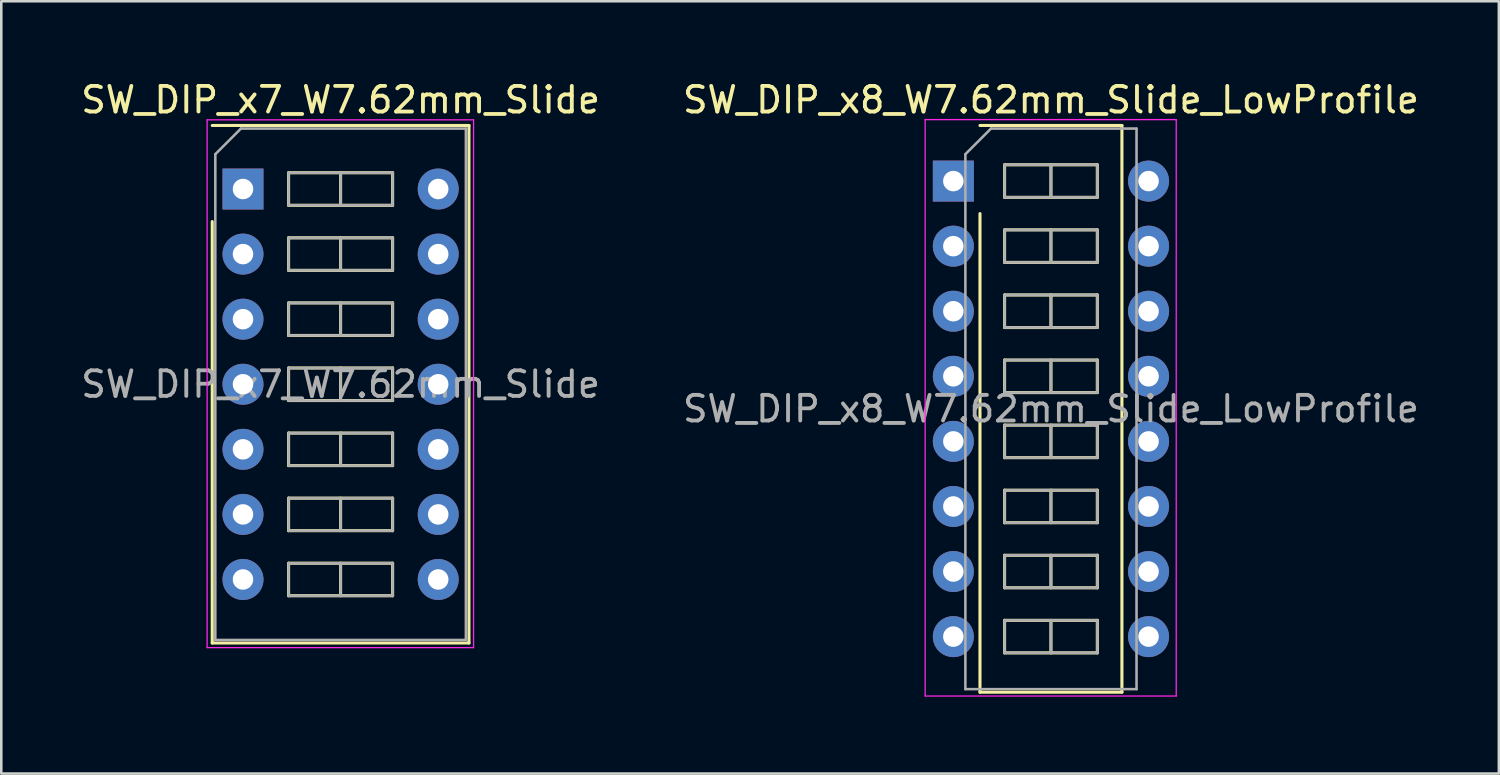
<source format=kicad_pcb>
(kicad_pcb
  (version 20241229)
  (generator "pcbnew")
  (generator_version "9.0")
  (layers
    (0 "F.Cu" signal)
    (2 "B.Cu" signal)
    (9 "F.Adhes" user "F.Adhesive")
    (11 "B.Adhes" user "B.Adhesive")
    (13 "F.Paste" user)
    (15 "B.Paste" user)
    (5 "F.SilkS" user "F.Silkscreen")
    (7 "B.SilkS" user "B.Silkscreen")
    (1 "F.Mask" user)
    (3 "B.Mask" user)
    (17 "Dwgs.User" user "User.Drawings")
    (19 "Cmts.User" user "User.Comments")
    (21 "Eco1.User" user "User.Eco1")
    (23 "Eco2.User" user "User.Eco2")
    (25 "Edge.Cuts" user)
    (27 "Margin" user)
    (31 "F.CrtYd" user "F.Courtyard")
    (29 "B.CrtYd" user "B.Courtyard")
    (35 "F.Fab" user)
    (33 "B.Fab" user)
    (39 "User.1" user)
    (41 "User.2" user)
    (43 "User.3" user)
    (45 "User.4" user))
  (footprint "SW_DIP_x7_W7.62mm_Slide"
    (layer "F.Cu")
    (at 6.434 4.328)
    (property "Reference" "SW_DIP_x7_W7.62mm_Slide" (at 3.81 -3.48 0) (layer "F.SilkS") (effects (font (size 1 1) (thickness 0.15))))
    (attr through_hole)
    (fp_line (start -1.2 -2.48) (end 8.82 -2.48) (stroke (width 0.12) (type solid)) (layer "F.SilkS"))
    (fp_line (start -1.2 17.72) (end -1.2 1.27) (stroke (width 0.12) (type solid)) (layer "F.SilkS"))
    (fp_line (start 1.78 -0.635) (end 1.78 0.635) (stroke (width 0.12) (type solid)) (layer "F.SilkS"))
    (fp_line (start 1.78 0.635) (end 5.84 0.635) (stroke (width 0.12) (type solid)) (layer "F.SilkS"))
    (fp_line (start 1.78 1.905) (end 1.78 3.175) (stroke (width 0.12) (type solid)) (layer "F.SilkS"))
    (fp_line (start 1.78 3.175) (end 5.84 3.175) (stroke (width 0.12) (type solid)) (layer "F.SilkS"))
    (fp_line (start 1.78 4.445) (end 1.78 5.715) (stroke (width 0.12) (type solid)) (layer "F.SilkS"))
    (fp_line (start 1.78 5.715) (end 5.84 5.715) (stroke (width 0.12) (type solid)) (layer "F.SilkS"))
    (fp_line (start 1.78 6.985) (end 1.78 8.255) (stroke (width 0.12) (type solid)) (layer "F.SilkS"))
    (fp_line (start 1.78 8.255) (end 5.84 8.255) (stroke (width 0.12) (type solid)) (layer "F.SilkS"))
    (fp_line (start 1.78 9.525) (end 1.78 10.795) (stroke (width 0.12) (type solid)) (layer "F.SilkS"))
    (fp_line (start 1.78 10.795) (end 5.84 10.795) (stroke (width 0.12) (type solid)) (layer "F.SilkS"))
    (fp_line (start 1.78 12.065) (end 1.78 13.335) (stroke (width 0.12) (type solid)) (layer "F.SilkS"))
    (fp_line (start 1.78 13.335) (end 5.84 13.335) (stroke (width 0.12) (type solid)) (layer "F.SilkS"))
    (fp_line (start 1.78 14.605) (end 1.78 15.875) (stroke (width 0.12) (type solid)) (layer "F.SilkS"))
    (fp_line (start 1.78 15.875) (end 5.84 15.875) (stroke (width 0.12) (type solid)) (layer "F.SilkS"))
    (fp_line (start 3.81 -0.635) (end 3.81 0.635) (stroke (width 0.12) (type solid)) (layer "F.SilkS"))
    (fp_line (start 3.81 1.905) (end 3.81 3.175) (stroke (width 0.12) (type solid)) (layer "F.SilkS"))
    (fp_line (start 3.81 4.445) (end 3.81 5.715) (stroke (width 0.12) (type solid)) (layer "F.SilkS"))
    (fp_line (start 3.81 6.985) (end 3.81 8.255) (stroke (width 0.12) (type solid)) (layer "F.SilkS"))
    (fp_line (start 3.81 9.525) (end 3.81 10.795) (stroke (width 0.12) (type solid)) (layer "F.SilkS"))
    (fp_line (start 3.81 12.065) (end 3.81 13.335) (stroke (width 0.12) (type solid)) (layer "F.SilkS"))
    (fp_line (start 3.81 14.605) (end 3.81 15.875) (stroke (width 0.12) (type solid)) (layer "F.SilkS"))
    (fp_line (start 5.84 -0.635) (end 1.78 -0.635) (stroke (width 0.12) (type solid)) (layer "F.SilkS"))
    (fp_line (start 5.84 0.635) (end 5.84 -0.635) (stroke (width 0.12) (type solid)) (layer "F.SilkS"))
    (fp_line (start 5.84 1.905) (end 1.78 1.905) (stroke (width 0.12) (type solid)) (layer "F.SilkS"))
    (fp_line (start 5.84 3.175) (end 5.84 1.905) (stroke (width 0.12) (type solid)) (layer "F.SilkS"))
    (fp_line (start 5.84 4.445) (end 1.78 4.445) (stroke (width 0.12) (type solid)) (layer "F.SilkS"))
    (fp_line (start 5.84 5.715) (end 5.84 4.445) (stroke (width 0.12) (type solid)) (layer "F.SilkS"))
    (fp_line (start 5.84 6.985) (end 1.78 6.985) (stroke (width 0.12) (type solid)) (layer "F.SilkS"))
    (fp_line (start 5.84 8.255) (end 5.84 6.985) (stroke (width 0.12) (type solid)) (layer "F.SilkS"))
    (fp_line (start 5.84 9.525) (end 1.78 9.525) (stroke (width 0.12) (type solid)) (layer "F.SilkS"))
    (fp_line (start 5.84 10.795) (end 5.84 9.525) (stroke (width 0.12) (type solid)) (layer "F.SilkS"))
    (fp_line (start 5.84 12.065) (end 1.78 12.065) (stroke (width 0.12) (type solid)) (layer "F.SilkS"))
    (fp_line (start 5.84 13.335) (end 5.84 12.065) (stroke (width 0.12) (type solid)) (layer "F.SilkS"))
    (fp_line (start 5.84 14.605) (end 1.78 14.605) (stroke (width 0.12) (type solid)) (layer "F.SilkS"))
    (fp_line (start 5.84 15.875) (end 5.84 14.605) (stroke (width 0.12) (type solid)) (layer "F.SilkS"))
    (fp_line (start 8.82 -2.48) (end 8.82 17.72) (stroke (width 0.12) (type solid)) (layer "F.SilkS"))
    (fp_line (start 8.82 17.72) (end -1.2 17.72) (stroke (width 0.12) (type solid)) (layer "F.SilkS"))
    (fp_line (start -1.4 -2.7) (end -1.4 17.9) (stroke (width 0.05) (type solid)) (layer "F.CrtYd"))
    (fp_line (start -1.4 17.9) (end 9 17.9) (stroke (width 0.05) (type solid)) (layer "F.CrtYd"))
    (fp_line (start 9 -2.7) (end -1.4 -2.7) (stroke (width 0.05) (type solid)) (layer "F.CrtYd"))
    (fp_line (start 9 17.9) (end 9 -2.7) (stroke (width 0.05) (type solid)) (layer "F.CrtYd"))
    (fp_line (start -1.08 -1.36) (end -0.08 -2.36) (stroke (width 0.1) (type solid)) (layer "F.Fab"))
    (fp_line (start -1.08 17.6) (end -1.08 -1.36) (stroke (width 0.1) (type solid)) (layer "F.Fab"))
    (fp_line (start -0.08 -2.36) (end 8.7 -2.36) (stroke (width 0.1) (type solid)) (layer "F.Fab"))
    (fp_line (start 1.78 -0.635) (end 1.78 0.635) (stroke (width 0.1) (type solid)) (layer "F.Fab"))
    (fp_line (start 1.78 0.635) (end 5.84 0.635) (stroke (width 0.1) (type solid)) (layer "F.Fab"))
    (fp_line (start 1.78 1.905) (end 1.78 3.175) (stroke (width 0.1) (type solid)) (layer "F.Fab"))
    (fp_line (start 1.78 3.175) (end 5.84 3.175) (stroke (width 0.1) (type solid)) (layer "F.Fab"))
    (fp_line (start 1.78 4.445) (end 1.78 5.715) (stroke (width 0.1) (type solid)) (layer "F.Fab"))
    (fp_line (start 1.78 5.715) (end 5.84 5.715) (stroke (width 0.1) (type solid)) (layer "F.Fab"))
    (fp_line (start 1.78 6.985) (end 1.78 8.255) (stroke (width 0.1) (type solid)) (layer "F.Fab"))
    (fp_line (start 1.78 8.255) (end 5.84 8.255) (stroke (width 0.1) (type solid)) (layer "F.Fab"))
    (fp_line (start 1.78 9.525) (end 1.78 10.795) (stroke (width 0.1) (type solid)) (layer "F.Fab"))
    (fp_line (start 1.78 10.795) (end 5.84 10.795) (stroke (width 0.1) (type solid)) (layer "F.Fab"))
    (fp_line (start 1.78 12.065) (end 1.78 13.335) (stroke (width 0.1) (type solid)) (layer "F.Fab"))
    (fp_line (start 1.78 13.335) (end 5.84 13.335) (stroke (width 0.1) (type solid)) (layer "F.Fab"))
    (fp_line (start 1.78 14.605) (end 1.78 15.875) (stroke (width 0.1) (type solid)) (layer "F.Fab"))
    (fp_line (start 1.78 15.875) (end 5.84 15.875) (stroke (width 0.1) (type solid)) (layer "F.Fab"))
    (fp_line (start 3.81 -0.635) (end 3.81 0.635) (stroke (width 0.1) (type solid)) (layer "F.Fab"))
    (fp_line (start 3.81 1.905) (end 3.81 3.175) (stroke (width 0.1) (type solid)) (layer "F.Fab"))
    (fp_line (start 3.81 4.445) (end 3.81 5.715) (stroke (width 0.1) (type solid)) (layer "F.Fab"))
    (fp_line (start 3.81 6.985) (end 3.81 8.255) (stroke (width 0.1) (type solid)) (layer "F.Fab"))
    (fp_line (start 3.81 9.525) (end 3.81 10.795) (stroke (width 0.1) (type solid)) (layer "F.Fab"))
    (fp_line (start 3.81 12.065) (end 3.81 13.335) (stroke (width 0.1) (type solid)) (layer "F.Fab"))
    (fp_line (start 3.81 14.605) (end 3.81 15.875) (stroke (width 0.1) (type solid)) (layer "F.Fab"))
    (fp_line (start 5.84 -0.635) (end 1.78 -0.635) (stroke (width 0.1) (type solid)) (layer "F.Fab"))
    (fp_line (start 5.84 0.635) (end 5.84 -0.635) (stroke (width 0.1) (type solid)) (layer "F.Fab"))
    (fp_line (start 5.84 1.905) (end 1.78 1.905) (stroke (width 0.1) (type solid)) (layer "F.Fab"))
    (fp_line (start 5.84 3.175) (end 5.84 1.905) (stroke (width 0.1) (type solid)) (layer "F.Fab"))
    (fp_line (start 5.84 4.445) (end 1.78 4.445) (stroke (width 0.1) (type solid)) (layer "F.Fab"))
    (fp_line (start 5.84 5.715) (end 5.84 4.445) (stroke (width 0.1) (type solid)) (layer "F.Fab"))
    (fp_line (start 5.84 6.985) (end 1.78 6.985) (stroke (width 0.1) (type solid)) (layer "F.Fab"))
    (fp_line (start 5.84 8.255) (end 5.84 6.985) (stroke (width 0.1) (type solid)) (layer "F.Fab"))
    (fp_line (start 5.84 9.525) (end 1.78 9.525) (stroke (width 0.1) (type solid)) (layer "F.Fab"))
    (fp_line (start 5.84 10.795) (end 5.84 9.525) (stroke (width 0.1) (type solid)) (layer "F.Fab"))
    (fp_line (start 5.84 12.065) (end 1.78 12.065) (stroke (width 0.1) (type solid)) (layer "F.Fab"))
    (fp_line (start 5.84 13.335) (end 5.84 12.065) (stroke (width 0.1) (type solid)) (layer "F.Fab"))
    (fp_line (start 5.84 14.605) (end 1.78 14.605) (stroke (width 0.1) (type solid)) (layer "F.Fab"))
    (fp_line (start 5.84 15.875) (end 5.84 14.605) (stroke (width 0.1) (type solid)) (layer "F.Fab"))
    (fp_line (start 8.7 -2.36) (end 8.7 17.6) (stroke (width 0.1) (type solid)) (layer "F.Fab"))
    (fp_line (start 8.7 17.6) (end -1.08 17.6) (stroke (width 0.1) (type solid)) (layer "F.Fab"))
    (fp_text user "${REFERENCE}" (at 3.81 7.62 0) (layer "F.Fab") (effects (font (size 1 1) (thickness 0.15))))
    (pad "1" thru_hole rect (at 0 0) (size 1.6 1.6) (drill 0.8) (layers "*.Cu" "*.Mask"))
    (pad "2" thru_hole oval (at 0 2.54) (size 1.6 1.6) (drill 0.8) (layers "*.Cu" "*.Mask"))
    (pad "3" thru_hole oval (at 0 5.08) (size 1.6 1.6) (drill 0.8) (layers "*.Cu" "*.Mask"))
    (pad "4" thru_hole oval (at 0 7.62) (size 1.6 1.6) (drill 0.8) (layers "*.Cu" "*.Mask"))
    (pad "5" thru_hole oval (at 0 10.16) (size 1.6 1.6) (drill 0.8) (layers "*.Cu" "*.Mask"))
    (pad "6" thru_hole oval (at 0 12.7) (size 1.6 1.6) (drill 0.8) (layers "*.Cu" "*.Mask"))
    (pad "7" thru_hole oval (at 0 15.24) (size 1.6 1.6) (drill 0.8) (layers "*.Cu" "*.Mask"))
    (pad "8" thru_hole oval (at 7.62 15.24) (size 1.6 1.6) (drill 0.8) (layers "*.Cu" "*.Mask"))
    (pad "9" thru_hole oval (at 7.62 12.7) (size 1.6 1.6) (drill 0.8) (layers "*.Cu" "*.Mask"))
    (pad "10" thru_hole oval (at 7.62 10.16) (size 1.6 1.6) (drill 0.8) (layers "*.Cu" "*.Mask"))
    (pad "11" thru_hole oval (at 7.62 7.62) (size 1.6 1.6) (drill 0.8) (layers "*.Cu" "*.Mask"))
    (pad "12" thru_hole oval (at 7.62 5.08) (size 1.6 1.6) (drill 0.8) (layers "*.Cu" "*.Mask"))
    (pad "13" thru_hole oval (at 7.62 2.54) (size 1.6 1.6) (drill 0.8) (layers "*.Cu" "*.Mask"))
    (pad "14" thru_hole oval (at 7.62 0) (size 1.6 1.6) (drill 0.8) (layers "*.Cu" "*.Mask")))
  (footprint "SW_DIP_x8_W7.62mm_Slide_LowProfile"
    (layer "F.Cu")
    (at 34.16 4.018)
    (property "Reference" "SW_DIP_x8_W7.62mm_Slide_LowProfile" (at 3.81 -3.17 0) (layer "F.SilkS") (effects (font (size 1 1) (thickness 0.15))))
    (attr through_hole)
    (fp_line (start 1.04 -2.17) (end 6.58 -2.17) (stroke (width 0.12) (type solid)) (layer "F.SilkS"))
    (fp_line (start 1.04 19.95) (end 1.04 1.27) (stroke (width 0.12) (type solid)) (layer "F.SilkS"))
    (fp_line (start 2 -0.635) (end 2 0.635) (stroke (width 0.12) (type solid)) (layer "F.SilkS"))
    (fp_line (start 2 0.635) (end 5.62 0.635) (stroke (width 0.12) (type solid)) (layer "F.SilkS"))
    (fp_line (start 2 1.905) (end 2 3.175) (stroke (width 0.12) (type solid)) (layer "F.SilkS"))
    (fp_line (start 2 3.175) (end 5.62 3.175) (stroke (width 0.12) (type solid)) (layer "F.SilkS"))
    (fp_line (start 2 4.445) (end 2 5.715) (stroke (width 0.12) (type solid)) (layer "F.SilkS"))
    (fp_line (start 2 5.715) (end 5.62 5.715) (stroke (width 0.12) (type solid)) (layer "F.SilkS"))
    (fp_line (start 2 6.985) (end 2 8.255) (stroke (width 0.12) (type solid)) (layer "F.SilkS"))
    (fp_line (start 2 8.255) (end 5.62 8.255) (stroke (width 0.12) (type solid)) (layer "F.SilkS"))
    (fp_line (start 2 9.525) (end 2 10.795) (stroke (width 0.12) (type solid)) (layer "F.SilkS"))
    (fp_line (start 2 10.795) (end 5.62 10.795) (stroke (width 0.12) (type solid)) (layer "F.SilkS"))
    (fp_line (start 2 12.065) (end 2 13.335) (stroke (width 0.12) (type solid)) (layer "F.SilkS"))
    (fp_line (start 2 13.335) (end 5.62 13.335) (stroke (width 0.12) (type solid)) (layer "F.SilkS"))
    (fp_line (start 2 14.605) (end 2 15.875) (stroke (width 0.12) (type solid)) (layer "F.SilkS"))
    (fp_line (start 2 15.875) (end 5.62 15.875) (stroke (width 0.12) (type solid)) (layer "F.SilkS"))
    (fp_line (start 2 17.145) (end 2 18.415) (stroke (width 0.12) (type solid)) (layer "F.SilkS"))
    (fp_line (start 2 18.415) (end 5.62 18.415) (stroke (width 0.12) (type solid)) (layer "F.SilkS"))
    (fp_line (start 3.81 -0.635) (end 3.81 0.635) (stroke (width 0.12) (type solid)) (layer "F.SilkS"))
    (fp_line (start 3.81 1.905) (end 3.81 3.175) (stroke (width 0.12) (type solid)) (layer "F.SilkS"))
    (fp_line (start 3.81 4.445) (end 3.81 5.715) (stroke (width 0.12) (type solid)) (layer "F.SilkS"))
    (fp_line (start 3.81 6.985) (end 3.81 8.255) (stroke (width 0.12) (type solid)) (layer "F.SilkS"))
    (fp_line (start 3.81 9.525) (end 3.81 10.795) (stroke (width 0.12) (type solid)) (layer "F.SilkS"))
    (fp_line (start 3.81 12.065) (end 3.81 13.335) (stroke (width 0.12) (type solid)) (layer "F.SilkS"))
    (fp_line (start 3.81 14.605) (end 3.81 15.875) (stroke (width 0.12) (type solid)) (layer "F.SilkS"))
    (fp_line (start 3.81 17.145) (end 3.81 18.415) (stroke (width 0.12) (type solid)) (layer "F.SilkS"))
    (fp_line (start 5.62 -0.635) (end 2 -0.635) (stroke (width 0.12) (type solid)) (layer "F.SilkS"))
    (fp_line (start 5.62 0.635) (end 5.62 -0.635) (stroke (width 0.12) (type solid)) (layer "F.SilkS"))
    (fp_line (start 5.62 1.905) (end 2 1.905) (stroke (width 0.12) (type solid)) (layer "F.SilkS"))
    (fp_line (start 5.62 3.175) (end 5.62 1.905) (stroke (width 0.12) (type solid)) (layer "F.SilkS"))
    (fp_line (start 5.62 4.445) (end 2 4.445) (stroke (width 0.12) (type solid)) (layer "F.SilkS"))
    (fp_line (start 5.62 5.715) (end 5.62 4.445) (stroke (width 0.12) (type solid)) (layer "F.SilkS"))
    (fp_line (start 5.62 6.985) (end 2 6.985) (stroke (width 0.12) (type solid)) (layer "F.SilkS"))
    (fp_line (start 5.62 8.255) (end 5.62 6.985) (stroke (width 0.12) (type solid)) (layer "F.SilkS"))
    (fp_line (start 5.62 9.525) (end 2 9.525) (stroke (width 0.12) (type solid)) (layer "F.SilkS"))
    (fp_line (start 5.62 10.795) (end 5.62 9.525) (stroke (width 0.12) (type solid)) (layer "F.SilkS"))
    (fp_line (start 5.62 12.065) (end 2 12.065) (stroke (width 0.12) (type solid)) (layer "F.SilkS"))
    (fp_line (start 5.62 13.335) (end 5.62 12.065) (stroke (width 0.12) (type solid)) (layer "F.SilkS"))
    (fp_line (start 5.62 14.605) (end 2 14.605) (stroke (width 0.12) (type solid)) (layer "F.SilkS"))
    (fp_line (start 5.62 15.875) (end 5.62 14.605) (stroke (width 0.12) (type solid)) (layer "F.SilkS"))
    (fp_line (start 5.62 17.145) (end 2 17.145) (stroke (width 0.12) (type solid)) (layer "F.SilkS"))
    (fp_line (start 5.62 18.415) (end 5.62 17.145) (stroke (width 0.12) (type solid)) (layer "F.SilkS"))
    (fp_line (start 6.58 -2.17) (end 6.58 19.95) (stroke (width 0.12) (type solid)) (layer "F.SilkS"))
    (fp_line (start 6.58 19.95) (end 1.04 19.95) (stroke (width 0.12) (type solid)) (layer "F.SilkS"))
    (fp_line (start -1.1 -2.4) (end -1.1 20.1) (stroke (width 0.05) (type solid)) (layer "F.CrtYd"))
    (fp_line (start -1.1 20.1) (end 8.7 20.1) (stroke (width 0.05) (type solid)) (layer "F.CrtYd"))
    (fp_line (start 8.7 -2.4) (end -1.1 -2.4) (stroke (width 0.05) (type solid)) (layer "F.CrtYd"))
    (fp_line (start 8.7 20.1) (end 8.7 -2.4) (stroke (width 0.05) (type solid)) (layer "F.CrtYd"))
    (fp_line (start 0.47 -1.05) (end 1.47 -2.05) (stroke (width 0.1) (type solid)) (layer "F.Fab"))
    (fp_line (start 0.47 19.83) (end 0.47 -1.05) (stroke (width 0.1) (type solid)) (layer "F.Fab"))
    (fp_line (start 1.47 -2.05) (end 7.15 -2.05) (stroke (width 0.1) (type solid)) (layer "F.Fab"))
    (fp_line (start 2 -0.635) (end 2 0.635) (stroke (width 0.1) (type solid)) (layer "F.Fab"))
    (fp_line (start 2 0.635) (end 5.62 0.635) (stroke (width 0.1) (type solid)) (layer "F.Fab"))
    (fp_line (start 2 1.905) (end 2 3.175) (stroke (width 0.1) (type solid)) (layer "F.Fab"))
    (fp_line (start 2 3.175) (end 5.62 3.175) (stroke (width 0.1) (type solid)) (layer "F.Fab"))
    (fp_line (start 2 4.445) (end 2 5.715) (stroke (width 0.1) (type solid)) (layer "F.Fab"))
    (fp_line (start 2 5.715) (end 5.62 5.715) (stroke (width 0.1) (type solid)) (layer "F.Fab"))
    (fp_line (start 2 6.985) (end 2 8.255) (stroke (width 0.1) (type solid)) (layer "F.Fab"))
    (fp_line (start 2 8.255) (end 5.62 8.255) (stroke (width 0.1) (type solid)) (layer "F.Fab"))
    (fp_line (start 2 9.525) (end 2 10.795) (stroke (width 0.1) (type solid)) (layer "F.Fab"))
    (fp_line (start 2 10.795) (end 5.62 10.795) (stroke (width 0.1) (type solid)) (layer "F.Fab"))
    (fp_line (start 2 12.065) (end 2 13.335) (stroke (width 0.1) (type solid)) (layer "F.Fab"))
    (fp_line (start 2 13.335) (end 5.62 13.335) (stroke (width 0.1) (type solid)) (layer "F.Fab"))
    (fp_line (start 2 14.605) (end 2 15.875) (stroke (width 0.1) (type solid)) (layer "F.Fab"))
    (fp_line (start 2 15.875) (end 5.62 15.875) (stroke (width 0.1) (type solid)) (layer "F.Fab"))
    (fp_line (start 2 17.145) (end 2 18.415) (stroke (width 0.1) (type solid)) (layer "F.Fab"))
    (fp_line (start 2 18.415) (end 5.62 18.415) (stroke (width 0.1) (type solid)) (layer "F.Fab"))
    (fp_line (start 3.81 -0.635) (end 3.81 0.635) (stroke (width 0.1) (type solid)) (layer "F.Fab"))
    (fp_line (start 3.81 1.905) (end 3.81 3.175) (stroke (width 0.1) (type solid)) (layer "F.Fab"))
    (fp_line (start 3.81 4.445) (end 3.81 5.715) (stroke (width 0.1) (type solid)) (layer "F.Fab"))
    (fp_line (start 3.81 6.985) (end 3.81 8.255) (stroke (width 0.1) (type solid)) (layer "F.Fab"))
    (fp_line (start 3.81 9.525) (end 3.81 10.795) (stroke (width 0.1) (type solid)) (layer "F.Fab"))
    (fp_line (start 3.81 12.065) (end 3.81 13.335) (stroke (width 0.1) (type solid)) (layer "F.Fab"))
    (fp_line (start 3.81 14.605) (end 3.81 15.875) (stroke (width 0.1) (type solid)) (layer "F.Fab"))
    (fp_line (start 3.81 17.145) (end 3.81 18.415) (stroke (width 0.1) (type solid)) (layer "F.Fab"))
    (fp_line (start 5.62 -0.635) (end 2 -0.635) (stroke (width 0.1) (type solid)) (layer "F.Fab"))
    (fp_line (start 5.62 0.635) (end 5.62 -0.635) (stroke (width 0.1) (type solid)) (layer "F.Fab"))
    (fp_line (start 5.62 1.905) (end 2 1.905) (stroke (width 0.1) (type solid)) (layer "F.Fab"))
    (fp_line (start 5.62 3.175) (end 5.62 1.905) (stroke (width 0.1) (type solid)) (layer "F.Fab"))
    (fp_line (start 5.62 4.445) (end 2 4.445) (stroke (width 0.1) (type solid)) (layer "F.Fab"))
    (fp_line (start 5.62 5.715) (end 5.62 4.445) (stroke (width 0.1) (type solid)) (layer "F.Fab"))
    (fp_line (start 5.62 6.985) (end 2 6.985) (stroke (width 0.1) (type solid)) (layer "F.Fab"))
    (fp_line (start 5.62 8.255) (end 5.62 6.985) (stroke (width 0.1) (type solid)) (layer "F.Fab"))
    (fp_line (start 5.62 9.525) (end 2 9.525) (stroke (width 0.1) (type solid)) (layer "F.Fab"))
    (fp_line (start 5.62 10.795) (end 5.62 9.525) (stroke (width 0.1) (type solid)) (layer "F.Fab"))
    (fp_line (start 5.62 12.065) (end 2 12.065) (stroke (width 0.1) (type solid)) (layer "F.Fab"))
    (fp_line (start 5.62 13.335) (end 5.62 12.065) (stroke (width 0.1) (type solid)) (layer "F.Fab"))
    (fp_line (start 5.62 14.605) (end 2 14.605) (stroke (width 0.1) (type solid)) (layer "F.Fab"))
    (fp_line (start 5.62 15.875) (end 5.62 14.605) (stroke (width 0.1) (type solid)) (layer "F.Fab"))
    (fp_line (start 5.62 17.145) (end 2 17.145) (stroke (width 0.1) (type solid)) (layer "F.Fab"))
    (fp_line (start 5.62 18.415) (end 5.62 17.145) (stroke (width 0.1) (type solid)) (layer "F.Fab"))
    (fp_line (start 7.15 -2.05) (end 7.15 19.83) (stroke (width 0.1) (type solid)) (layer "F.Fab"))
    (fp_line (start 7.15 19.83) (end 0.47 19.83) (stroke (width 0.1) (type solid)) (layer "F.Fab"))
    (fp_text user "${REFERENCE}" (at 3.81 8.89 0) (layer "F.Fab") (effects (font (size 1 1) (thickness 0.15))))
    (pad "1" thru_hole rect (at 0 0) (size 1.6 1.6) (drill 0.8) (layers "*.Cu" "*.Mask"))
    (pad "2" thru_hole oval (at 0 2.54) (size 1.6 1.6) (drill 0.8) (layers "*.Cu" "*.Mask"))
    (pad "3" thru_hole oval (at 0 5.08) (size 1.6 1.6) (drill 0.8) (layers "*.Cu" "*.Mask"))
    (pad "4" thru_hole oval (at 0 7.62) (size 1.6 1.6) (drill 0.8) (layers "*.Cu" "*.Mask"))
    (pad "5" thru_hole oval (at 0 10.16) (size 1.6 1.6) (drill 0.8) (layers "*.Cu" "*.Mask"))
    (pad "6" thru_hole oval (at 0 12.7) (size 1.6 1.6) (drill 0.8) (layers "*.Cu" "*.Mask"))
    (pad "7" thru_hole oval (at 0 15.24) (size 1.6 1.6) (drill 0.8) (layers "*.Cu" "*.Mask"))
    (pad "8" thru_hole oval (at 0 17.78) (size 1.6 1.6) (drill 0.8) (layers "*.Cu" "*.Mask"))
    (pad "9" thru_hole oval (at 7.62 17.78) (size 1.6 1.6) (drill 0.8) (layers "*.Cu" "*.Mask"))
    (pad "10" thru_hole oval (at 7.62 15.24) (size 1.6 1.6) (drill 0.8) (layers "*.Cu" "*.Mask"))
    (pad "11" thru_hole oval (at 7.62 12.7) (size 1.6 1.6) (drill 0.8) (layers "*.Cu" "*.Mask"))
    (pad "12" thru_hole oval (at 7.62 10.16) (size 1.6 1.6) (drill 0.8) (layers "*.Cu" "*.Mask"))
    (pad "13" thru_hole oval (at 7.62 7.62) (size 1.6 1.6) (drill 0.8) (layers "*.Cu" "*.Mask"))
    (pad "14" thru_hole oval (at 7.62 5.08) (size 1.6 1.6) (drill 0.8) (layers "*.Cu" "*.Mask"))
    (pad "15" thru_hole oval (at 7.62 2.54) (size 1.6 1.6) (drill 0.8) (layers "*.Cu" "*.Mask"))
    (pad "16" thru_hole oval (at 7.62 0) (size 1.6 1.6) (drill 0.8) (layers "*.Cu" "*.Mask")))
  (gr_rect
    (start -3 -3)
    (end 55.452 27.143)
    (stroke (width 0.1) (type default))
    (fill no)
    (layer "Edge.Cuts")))
</source>
